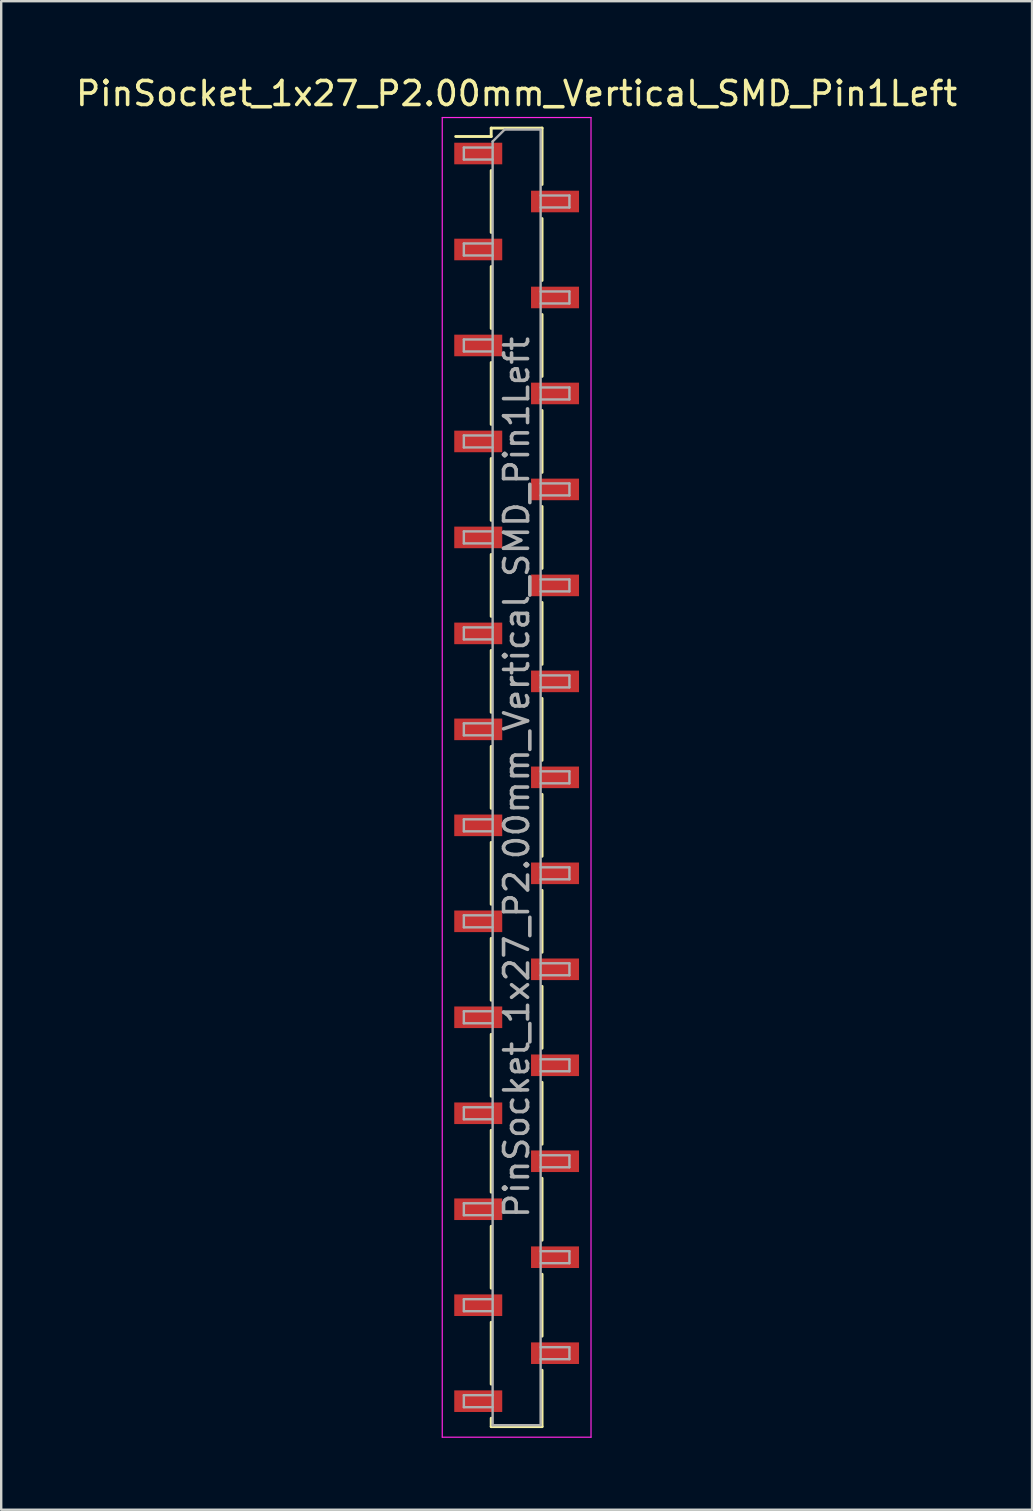
<source format=kicad_pcb>
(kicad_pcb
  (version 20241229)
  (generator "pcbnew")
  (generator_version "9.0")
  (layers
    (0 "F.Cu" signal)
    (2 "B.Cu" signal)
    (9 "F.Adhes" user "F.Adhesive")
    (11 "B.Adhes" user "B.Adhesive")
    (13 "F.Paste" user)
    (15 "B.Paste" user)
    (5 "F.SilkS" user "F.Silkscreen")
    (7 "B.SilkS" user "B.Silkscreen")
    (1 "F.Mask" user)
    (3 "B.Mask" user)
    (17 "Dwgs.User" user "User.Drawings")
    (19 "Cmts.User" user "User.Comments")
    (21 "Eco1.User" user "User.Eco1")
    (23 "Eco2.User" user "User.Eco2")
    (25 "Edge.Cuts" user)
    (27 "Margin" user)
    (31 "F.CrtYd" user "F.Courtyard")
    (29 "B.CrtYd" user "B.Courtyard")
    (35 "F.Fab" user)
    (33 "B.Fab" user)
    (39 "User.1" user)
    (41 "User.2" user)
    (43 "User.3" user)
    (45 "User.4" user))
  (footprint "PinSocket_1x27_P2.00mm_Vertical_SMD_Pin1Left"
    (layer "F.Cu")
    (at 18.482 29.348)
    (property "Reference" "PinSocket_1x27_P2.00mm_Vertical_SMD_Pin1Left" (at 0 -28.5 0) (layer "F.SilkS") (effects (font (size 1 1) (thickness 0.15))))
    (attr smd)
    (fp_line (start -2.54 -26.71) (end -1.06 -26.71) (stroke (width 0.12) (type solid)) (layer "F.SilkS"))
    (fp_line (start -1.06 -27.06) (end -1.06 -26.71) (stroke (width 0.12) (type solid)) (layer "F.SilkS"))
    (fp_line (start -1.06 -27.06) (end 1.06 -27.06) (stroke (width 0.12) (type solid)) (layer "F.SilkS"))
    (fp_line (start -1.06 -25.29) (end -1.06 -22.71) (stroke (width 0.12) (type solid)) (layer "F.SilkS"))
    (fp_line (start -1.06 -21.29) (end -1.06 -18.71) (stroke (width 0.12) (type solid)) (layer "F.SilkS"))
    (fp_line (start -1.06 -17.29) (end -1.06 -14.71) (stroke (width 0.12) (type solid)) (layer "F.SilkS"))
    (fp_line (start -1.06 -13.29) (end -1.06 -10.71) (stroke (width 0.12) (type solid)) (layer "F.SilkS"))
    (fp_line (start -1.06 -9.29) (end -1.06 -6.71) (stroke (width 0.12) (type solid)) (layer "F.SilkS"))
    (fp_line (start -1.06 -5.29) (end -1.06 -2.71) (stroke (width 0.12) (type solid)) (layer "F.SilkS"))
    (fp_line (start -1.06 -1.29) (end -1.06 1.29) (stroke (width 0.12) (type solid)) (layer "F.SilkS"))
    (fp_line (start -1.06 2.71) (end -1.06 5.29) (stroke (width 0.12) (type solid)) (layer "F.SilkS"))
    (fp_line (start -1.06 6.71) (end -1.06 9.29) (stroke (width 0.12) (type solid)) (layer "F.SilkS"))
    (fp_line (start -1.06 10.71) (end -1.06 13.29) (stroke (width 0.12) (type solid)) (layer "F.SilkS"))
    (fp_line (start -1.06 14.71) (end -1.06 17.29) (stroke (width 0.12) (type solid)) (layer "F.SilkS"))
    (fp_line (start -1.06 18.71) (end -1.06 21.29) (stroke (width 0.12) (type solid)) (layer "F.SilkS"))
    (fp_line (start -1.06 22.71) (end -1.06 25.29) (stroke (width 0.12) (type solid)) (layer "F.SilkS"))
    (fp_line (start -1.06 26.71) (end -1.06 27.06) (stroke (width 0.12) (type solid)) (layer "F.SilkS"))
    (fp_line (start -1.06 27.06) (end 1.06 27.06) (stroke (width 0.12) (type solid)) (layer "F.SilkS"))
    (fp_line (start 1.06 -27.06) (end 1.06 -24.71) (stroke (width 0.12) (type solid)) (layer "F.SilkS"))
    (fp_line (start 1.06 -23.29) (end 1.06 -20.71) (stroke (width 0.12) (type solid)) (layer "F.SilkS"))
    (fp_line (start 1.06 -19.29) (end 1.06 -16.71) (stroke (width 0.12) (type solid)) (layer "F.SilkS"))
    (fp_line (start 1.06 -15.29) (end 1.06 -12.71) (stroke (width 0.12) (type solid)) (layer "F.SilkS"))
    (fp_line (start 1.06 -11.29) (end 1.06 -8.71) (stroke (width 0.12) (type solid)) (layer "F.SilkS"))
    (fp_line (start 1.06 -7.29) (end 1.06 -4.71) (stroke (width 0.12) (type solid)) (layer "F.SilkS"))
    (fp_line (start 1.06 -3.29) (end 1.06 -0.71) (stroke (width 0.12) (type solid)) (layer "F.SilkS"))
    (fp_line (start 1.06 0.71) (end 1.06 3.29) (stroke (width 0.12) (type solid)) (layer "F.SilkS"))
    (fp_line (start 1.06 4.71) (end 1.06 7.29) (stroke (width 0.12) (type solid)) (layer "F.SilkS"))
    (fp_line (start 1.06 8.71) (end 1.06 11.29) (stroke (width 0.12) (type solid)) (layer "F.SilkS"))
    (fp_line (start 1.06 12.71) (end 1.06 15.29) (stroke (width 0.12) (type solid)) (layer "F.SilkS"))
    (fp_line (start 1.06 16.71) (end 1.06 19.29) (stroke (width 0.12) (type solid)) (layer "F.SilkS"))
    (fp_line (start 1.06 20.71) (end 1.06 23.29) (stroke (width 0.12) (type solid)) (layer "F.SilkS"))
    (fp_line (start 1.06 24.71) (end 1.06 27.06) (stroke (width 0.12) (type solid)) (layer "F.SilkS"))
    (fp_line (start -3.1 -27.5) (end 3.1 -27.5) (stroke (width 0.05) (type solid)) (layer "F.CrtYd"))
    (fp_line (start -3.1 27.5) (end -3.1 -27.5) (stroke (width 0.05) (type solid)) (layer "F.CrtYd"))
    (fp_line (start 3.1 -27.5) (end 3.1 27.5) (stroke (width 0.05) (type solid)) (layer "F.CrtYd"))
    (fp_line (start 3.1 27.5) (end -3.1 27.5) (stroke (width 0.05) (type solid)) (layer "F.CrtYd"))
    (fp_line (start -2.2 -26.25) (end -1 -26.25) (stroke (width 0.1) (type solid)) (layer "F.Fab"))
    (fp_line (start -2.2 -25.75) (end -2.2 -26.25) (stroke (width 0.1) (type solid)) (layer "F.Fab"))
    (fp_line (start -2.2 -22.25) (end -1 -22.25) (stroke (width 0.1) (type solid)) (layer "F.Fab"))
    (fp_line (start -2.2 -21.75) (end -2.2 -22.25) (stroke (width 0.1) (type solid)) (layer "F.Fab"))
    (fp_line (start -2.2 -18.25) (end -1 -18.25) (stroke (width 0.1) (type solid)) (layer "F.Fab"))
    (fp_line (start -2.2 -17.75) (end -2.2 -18.25) (stroke (width 0.1) (type solid)) (layer "F.Fab"))
    (fp_line (start -2.2 -14.25) (end -1 -14.25) (stroke (width 0.1) (type solid)) (layer "F.Fab"))
    (fp_line (start -2.2 -13.75) (end -2.2 -14.25) (stroke (width 0.1) (type solid)) (layer "F.Fab"))
    (fp_line (start -2.2 -10.25) (end -1 -10.25) (stroke (width 0.1) (type solid)) (layer "F.Fab"))
    (fp_line (start -2.2 -9.75) (end -2.2 -10.25) (stroke (width 0.1) (type solid)) (layer "F.Fab"))
    (fp_line (start -2.2 -6.25) (end -1 -6.25) (stroke (width 0.1) (type solid)) (layer "F.Fab"))
    (fp_line (start -2.2 -5.75) (end -2.2 -6.25) (stroke (width 0.1) (type solid)) (layer "F.Fab"))
    (fp_line (start -2.2 -2.25) (end -1 -2.25) (stroke (width 0.1) (type solid)) (layer "F.Fab"))
    (fp_line (start -2.2 -1.75) (end -2.2 -2.25) (stroke (width 0.1) (type solid)) (layer "F.Fab"))
    (fp_line (start -2.2 1.75) (end -1 1.75) (stroke (width 0.1) (type solid)) (layer "F.Fab"))
    (fp_line (start -2.2 2.25) (end -2.2 1.75) (stroke (width 0.1) (type solid)) (layer "F.Fab"))
    (fp_line (start -2.2 5.75) (end -1 5.75) (stroke (width 0.1) (type solid)) (layer "F.Fab"))
    (fp_line (start -2.2 6.25) (end -2.2 5.75) (stroke (width 0.1) (type solid)) (layer "F.Fab"))
    (fp_line (start -2.2 9.75) (end -1 9.75) (stroke (width 0.1) (type solid)) (layer "F.Fab"))
    (fp_line (start -2.2 10.25) (end -2.2 9.75) (stroke (width 0.1) (type solid)) (layer "F.Fab"))
    (fp_line (start -2.2 13.75) (end -1 13.75) (stroke (width 0.1) (type solid)) (layer "F.Fab"))
    (fp_line (start -2.2 14.25) (end -2.2 13.75) (stroke (width 0.1) (type solid)) (layer "F.Fab"))
    (fp_line (start -2.2 17.75) (end -1 17.75) (stroke (width 0.1) (type solid)) (layer "F.Fab"))
    (fp_line (start -2.2 18.25) (end -2.2 17.75) (stroke (width 0.1) (type solid)) (layer "F.Fab"))
    (fp_line (start -2.2 21.75) (end -1 21.75) (stroke (width 0.1) (type solid)) (layer "F.Fab"))
    (fp_line (start -2.2 22.25) (end -2.2 21.75) (stroke (width 0.1) (type solid)) (layer "F.Fab"))
    (fp_line (start -2.2 25.75) (end -1 25.75) (stroke (width 0.1) (type solid)) (layer "F.Fab"))
    (fp_line (start -2.2 26.25) (end -2.2 25.75) (stroke (width 0.1) (type solid)) (layer "F.Fab"))
    (fp_line (start -1 -26.5) (end -0.5 -27) (stroke (width 0.1) (type solid)) (layer "F.Fab"))
    (fp_line (start -1 -25.75) (end -2.2 -25.75) (stroke (width 0.1) (type solid)) (layer "F.Fab"))
    (fp_line (start -1 -21.75) (end -2.2 -21.75) (stroke (width 0.1) (type solid)) (layer "F.Fab"))
    (fp_line (start -1 -17.75) (end -2.2 -17.75) (stroke (width 0.1) (type solid)) (layer "F.Fab"))
    (fp_line (start -1 -13.75) (end -2.2 -13.75) (stroke (width 0.1) (type solid)) (layer "F.Fab"))
    (fp_line (start -1 -9.75) (end -2.2 -9.75) (stroke (width 0.1) (type solid)) (layer "F.Fab"))
    (fp_line (start -1 -5.75) (end -2.2 -5.75) (stroke (width 0.1) (type solid)) (layer "F.Fab"))
    (fp_line (start -1 -1.75) (end -2.2 -1.75) (stroke (width 0.1) (type solid)) (layer "F.Fab"))
    (fp_line (start -1 2.25) (end -2.2 2.25) (stroke (width 0.1) (type solid)) (layer "F.Fab"))
    (fp_line (start -1 6.25) (end -2.2 6.25) (stroke (width 0.1) (type solid)) (layer "F.Fab"))
    (fp_line (start -1 10.25) (end -2.2 10.25) (stroke (width 0.1) (type solid)) (layer "F.Fab"))
    (fp_line (start -1 14.25) (end -2.2 14.25) (stroke (width 0.1) (type solid)) (layer "F.Fab"))
    (fp_line (start -1 18.25) (end -2.2 18.25) (stroke (width 0.1) (type solid)) (layer "F.Fab"))
    (fp_line (start -1 22.25) (end -2.2 22.25) (stroke (width 0.1) (type solid)) (layer "F.Fab"))
    (fp_line (start -1 26.25) (end -2.2 26.25) (stroke (width 0.1) (type solid)) (layer "F.Fab"))
    (fp_line (start -1 27) (end -1 -26.5) (stroke (width 0.1) (type solid)) (layer "F.Fab"))
    (fp_line (start -0.5 -27) (end 1 -27) (stroke (width 0.1) (type solid)) (layer "F.Fab"))
    (fp_line (start 1 -27) (end 1 27) (stroke (width 0.1) (type solid)) (layer "F.Fab"))
    (fp_line (start 1 -24.25) (end 2.2 -24.25) (stroke (width 0.1) (type solid)) (layer "F.Fab"))
    (fp_line (start 1 -20.25) (end 2.2 -20.25) (stroke (width 0.1) (type solid)) (layer "F.Fab"))
    (fp_line (start 1 -16.25) (end 2.2 -16.25) (stroke (width 0.1) (type solid)) (layer "F.Fab"))
    (fp_line (start 1 -12.25) (end 2.2 -12.25) (stroke (width 0.1) (type solid)) (layer "F.Fab"))
    (fp_line (start 1 -8.25) (end 2.2 -8.25) (stroke (width 0.1) (type solid)) (layer "F.Fab"))
    (fp_line (start 1 -4.25) (end 2.2 -4.25) (stroke (width 0.1) (type solid)) (layer "F.Fab"))
    (fp_line (start 1 -0.25) (end 2.2 -0.25) (stroke (width 0.1) (type solid)) (layer "F.Fab"))
    (fp_line (start 1 3.75) (end 2.2 3.75) (stroke (width 0.1) (type solid)) (layer "F.Fab"))
    (fp_line (start 1 7.75) (end 2.2 7.75) (stroke (width 0.1) (type solid)) (layer "F.Fab"))
    (fp_line (start 1 11.75) (end 2.2 11.75) (stroke (width 0.1) (type solid)) (layer "F.Fab"))
    (fp_line (start 1 15.75) (end 2.2 15.75) (stroke (width 0.1) (type solid)) (layer "F.Fab"))
    (fp_line (start 1 19.75) (end 2.2 19.75) (stroke (width 0.1) (type solid)) (layer "F.Fab"))
    (fp_line (start 1 23.75) (end 2.2 23.75) (stroke (width 0.1) (type solid)) (layer "F.Fab"))
    (fp_line (start 1 27) (end -1 27) (stroke (width 0.1) (type solid)) (layer "F.Fab"))
    (fp_line (start 2.2 -24.25) (end 2.2 -23.75) (stroke (width 0.1) (type solid)) (layer "F.Fab"))
    (fp_line (start 2.2 -23.75) (end 1 -23.75) (stroke (width 0.1) (type solid)) (layer "F.Fab"))
    (fp_line (start 2.2 -20.25) (end 2.2 -19.75) (stroke (width 0.1) (type solid)) (layer "F.Fab"))
    (fp_line (start 2.2 -19.75) (end 1 -19.75) (stroke (width 0.1) (type solid)) (layer "F.Fab"))
    (fp_line (start 2.2 -16.25) (end 2.2 -15.75) (stroke (width 0.1) (type solid)) (layer "F.Fab"))
    (fp_line (start 2.2 -15.75) (end 1 -15.75) (stroke (width 0.1) (type solid)) (layer "F.Fab"))
    (fp_line (start 2.2 -12.25) (end 2.2 -11.75) (stroke (width 0.1) (type solid)) (layer "F.Fab"))
    (fp_line (start 2.2 -11.75) (end 1 -11.75) (stroke (width 0.1) (type solid)) (layer "F.Fab"))
    (fp_line (start 2.2 -8.25) (end 2.2 -7.75) (stroke (width 0.1) (type solid)) (layer "F.Fab"))
    (fp_line (start 2.2 -7.75) (end 1 -7.75) (stroke (width 0.1) (type solid)) (layer "F.Fab"))
    (fp_line (start 2.2 -4.25) (end 2.2 -3.75) (stroke (width 0.1) (type solid)) (layer "F.Fab"))
    (fp_line (start 2.2 -3.75) (end 1 -3.75) (stroke (width 0.1) (type solid)) (layer "F.Fab"))
    (fp_line (start 2.2 -0.25) (end 2.2 0.25) (stroke (width 0.1) (type solid)) (layer "F.Fab"))
    (fp_line (start 2.2 0.25) (end 1 0.25) (stroke (width 0.1) (type solid)) (layer "F.Fab"))
    (fp_line (start 2.2 3.75) (end 2.2 4.25) (stroke (width 0.1) (type solid)) (layer "F.Fab"))
    (fp_line (start 2.2 4.25) (end 1 4.25) (stroke (width 0.1) (type solid)) (layer "F.Fab"))
    (fp_line (start 2.2 7.75) (end 2.2 8.25) (stroke (width 0.1) (type solid)) (layer "F.Fab"))
    (fp_line (start 2.2 8.25) (end 1 8.25) (stroke (width 0.1) (type solid)) (layer "F.Fab"))
    (fp_line (start 2.2 11.75) (end 2.2 12.25) (stroke (width 0.1) (type solid)) (layer "F.Fab"))
    (fp_line (start 2.2 12.25) (end 1 12.25) (stroke (width 0.1) (type solid)) (layer "F.Fab"))
    (fp_line (start 2.2 15.75) (end 2.2 16.25) (stroke (width 0.1) (type solid)) (layer "F.Fab"))
    (fp_line (start 2.2 16.25) (end 1 16.25) (stroke (width 0.1) (type solid)) (layer "F.Fab"))
    (fp_line (start 2.2 19.75) (end 2.2 20.25) (stroke (width 0.1) (type solid)) (layer "F.Fab"))
    (fp_line (start 2.2 20.25) (end 1 20.25) (stroke (width 0.1) (type solid)) (layer "F.Fab"))
    (fp_line (start 2.2 23.75) (end 2.2 24.25) (stroke (width 0.1) (type solid)) (layer "F.Fab"))
    (fp_line (start 2.2 24.25) (end 1 24.25) (stroke (width 0.1) (type solid)) (layer "F.Fab"))
    (fp_text user "${REFERENCE}" (at 0 0 90) (layer "F.Fab") (effects (font (size 1 1) (thickness 0.15))))
    (pad "1" smd rect (at -1.6 -26) (size 2 0.9) (layers "F.Cu" "F.Mask" "F.Paste"))
    (pad "2" smd rect (at 1.6 -24) (size 2 0.9) (layers "F.Cu" "F.Mask" "F.Paste"))
    (pad "3" smd rect (at -1.6 -22) (size 2 0.9) (layers "F.Cu" "F.Mask" "F.Paste"))
    (pad "4" smd rect (at 1.6 -20) (size 2 0.9) (layers "F.Cu" "F.Mask" "F.Paste"))
    (pad "5" smd rect (at -1.6 -18) (size 2 0.9) (layers "F.Cu" "F.Mask" "F.Paste"))
    (pad "6" smd rect (at 1.6 -16) (size 2 0.9) (layers "F.Cu" "F.Mask" "F.Paste"))
    (pad "7" smd rect (at -1.6 -14) (size 2 0.9) (layers "F.Cu" "F.Mask" "F.Paste"))
    (pad "8" smd rect (at 1.6 -12) (size 2 0.9) (layers "F.Cu" "F.Mask" "F.Paste"))
    (pad "9" smd rect (at -1.6 -10) (size 2 0.9) (layers "F.Cu" "F.Mask" "F.Paste"))
    (pad "10" smd rect (at 1.6 -8) (size 2 0.9) (layers "F.Cu" "F.Mask" "F.Paste"))
    (pad "11" smd rect (at -1.6 -6) (size 2 0.9) (layers "F.Cu" "F.Mask" "F.Paste"))
    (pad "12" smd rect (at 1.6 -4) (size 2 0.9) (layers "F.Cu" "F.Mask" "F.Paste"))
    (pad "13" smd rect (at -1.6 -2) (size 2 0.9) (layers "F.Cu" "F.Mask" "F.Paste"))
    (pad "14" smd rect (at 1.6 0) (size 2 0.9) (layers "F.Cu" "F.Mask" "F.Paste"))
    (pad "15" smd rect (at -1.6 2) (size 2 0.9) (layers "F.Cu" "F.Mask" "F.Paste"))
    (pad "16" smd rect (at 1.6 4) (size 2 0.9) (layers "F.Cu" "F.Mask" "F.Paste"))
    (pad "17" smd rect (at -1.6 6) (size 2 0.9) (layers "F.Cu" "F.Mask" "F.Paste"))
    (pad "18" smd rect (at 1.6 8) (size 2 0.9) (layers "F.Cu" "F.Mask" "F.Paste"))
    (pad "19" smd rect (at -1.6 10) (size 2 0.9) (layers "F.Cu" "F.Mask" "F.Paste"))
    (pad "20" smd rect (at 1.6 12) (size 2 0.9) (layers "F.Cu" "F.Mask" "F.Paste"))
    (pad "21" smd rect (at -1.6 14) (size 2 0.9) (layers "F.Cu" "F.Mask" "F.Paste"))
    (pad "22" smd rect (at 1.6 16) (size 2 0.9) (layers "F.Cu" "F.Mask" "F.Paste"))
    (pad "23" smd rect (at -1.6 18) (size 2 0.9) (layers "F.Cu" "F.Mask" "F.Paste"))
    (pad "24" smd rect (at 1.6 20) (size 2 0.9) (layers "F.Cu" "F.Mask" "F.Paste"))
    (pad "25" smd rect (at -1.6 22) (size 2 0.9) (layers "F.Cu" "F.Mask" "F.Paste"))
    (pad "26" smd rect (at 1.6 24) (size 2 0.9) (layers "F.Cu" "F.Mask" "F.Paste"))
    (pad "27" smd rect (at -1.6 26) (size 2 0.9) (layers "F.Cu" "F.Mask" "F.Paste")))
  (gr_rect
    (start -3 -3)
    (end 39.964 59.873)
    (stroke (width 0.1) (type default))
    (fill no)
    (layer "Edge.Cuts")))
</source>
